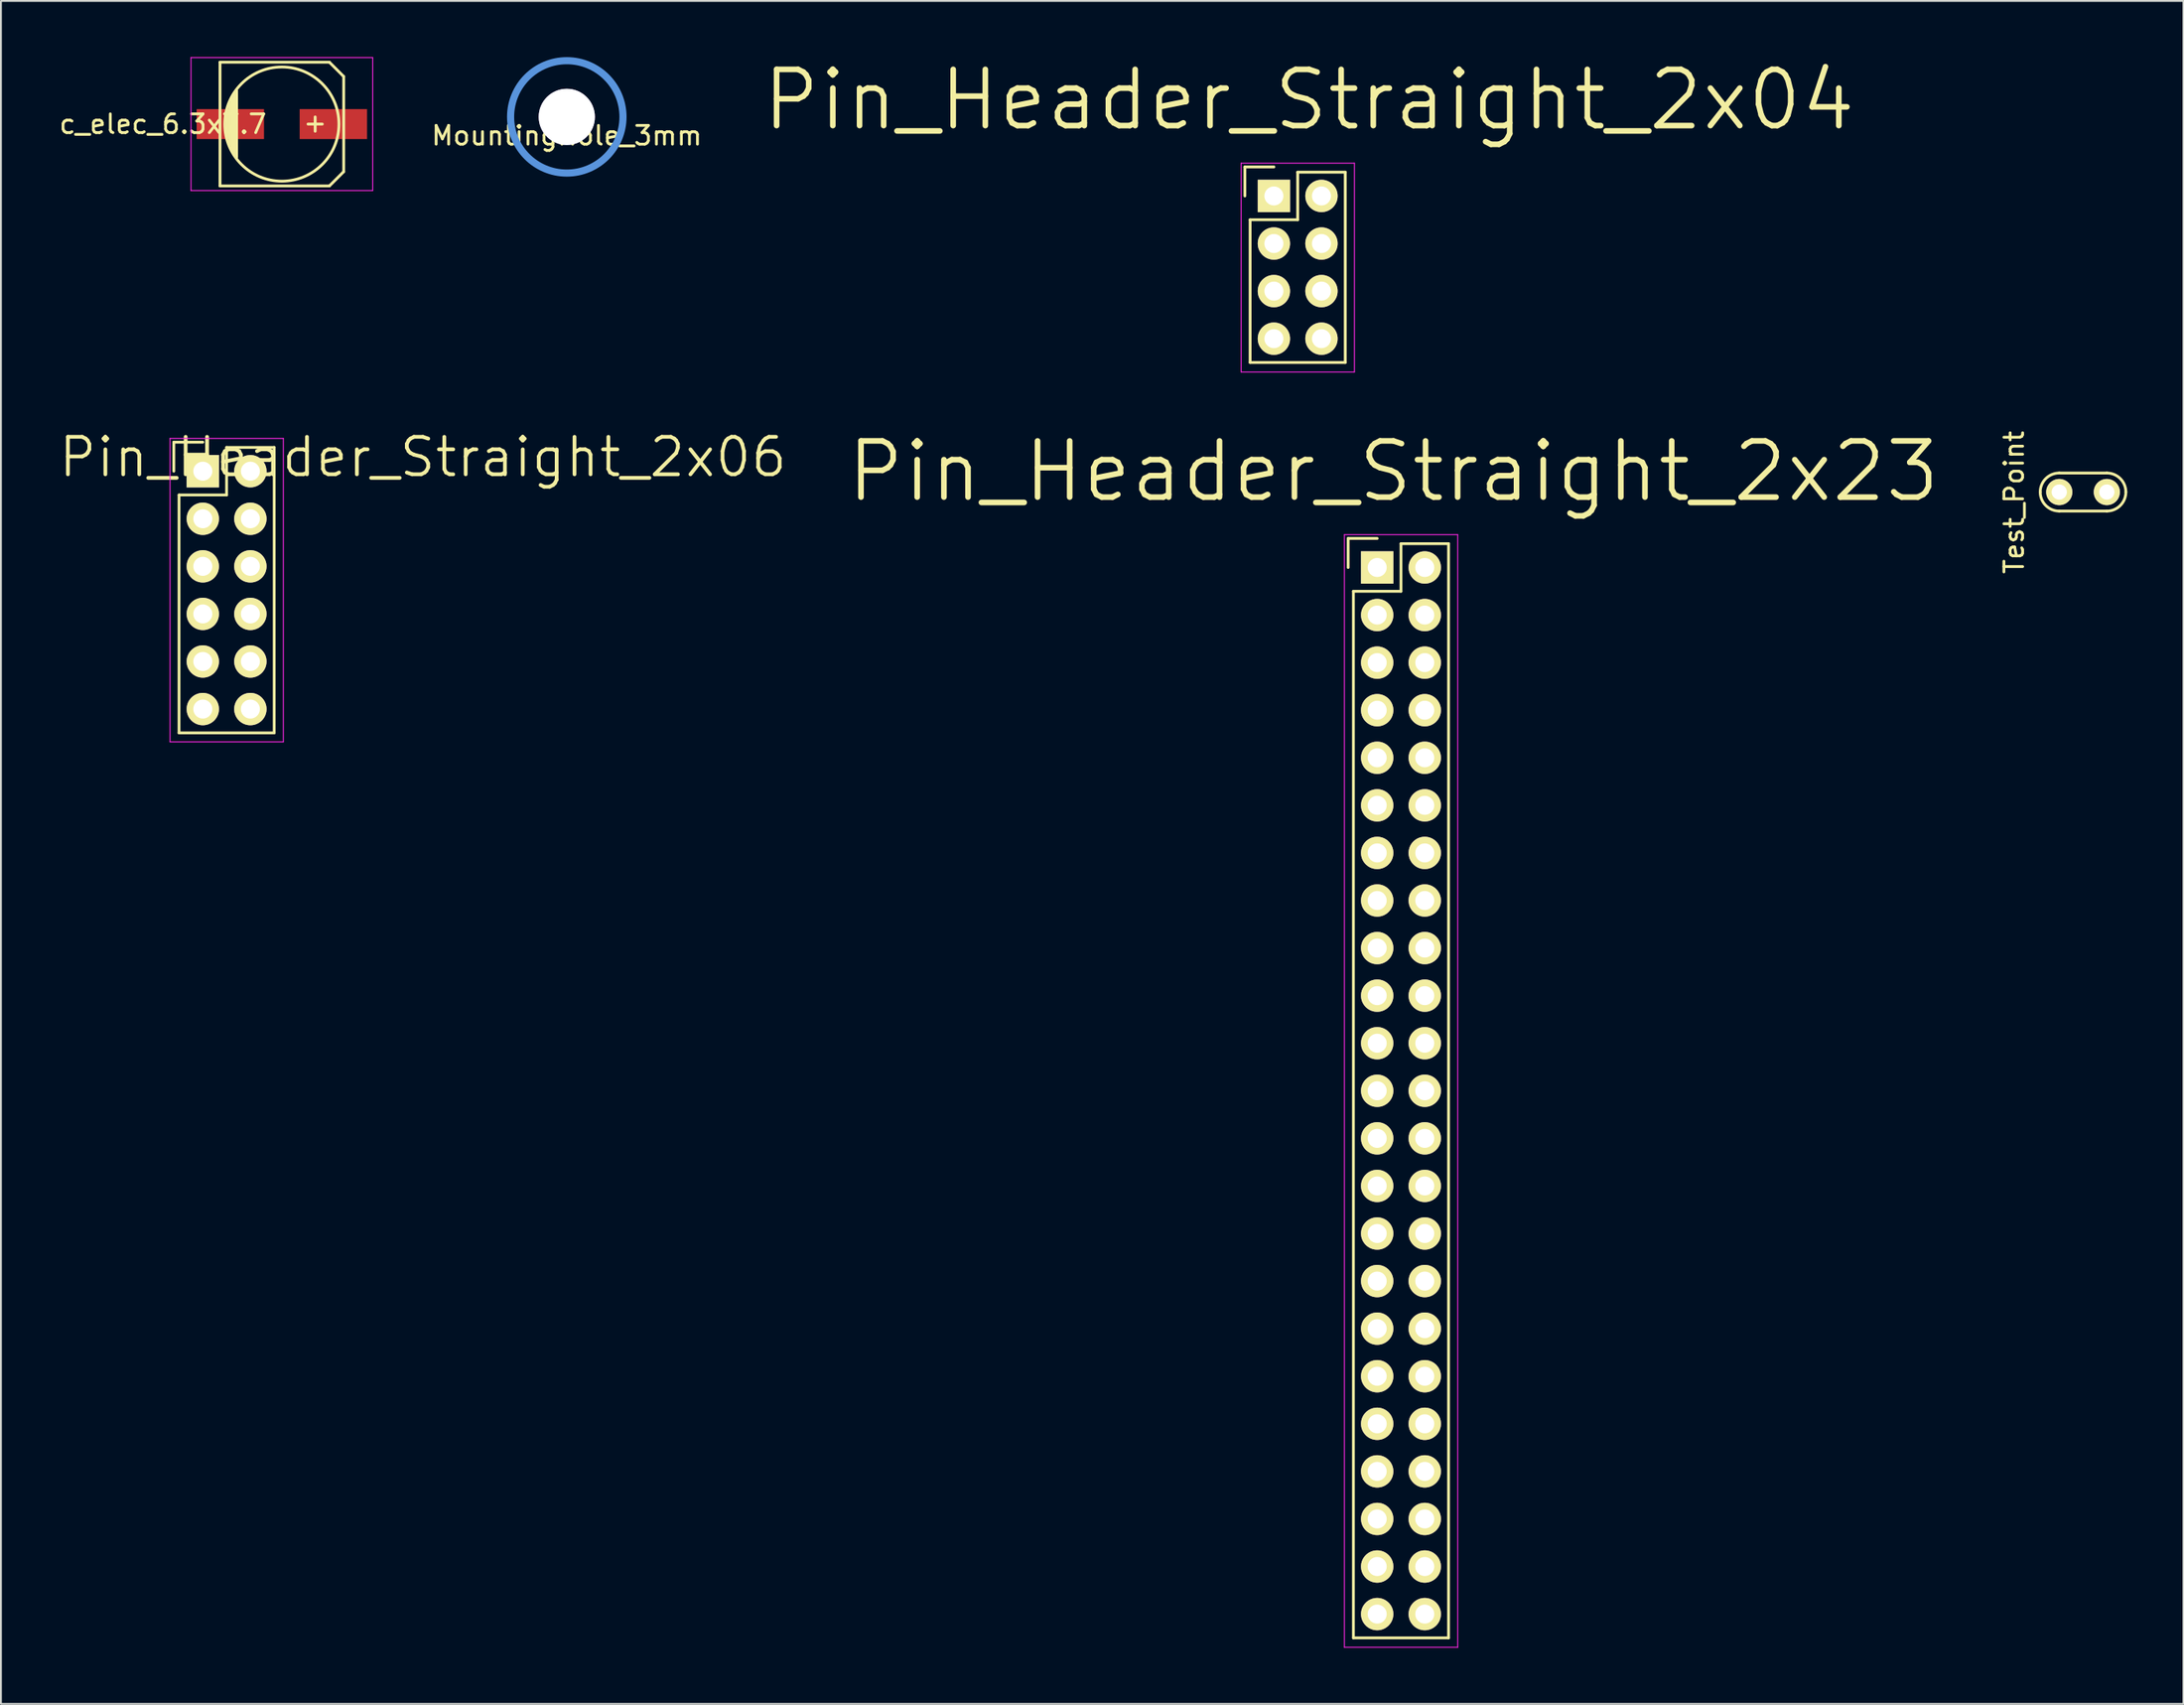
<source format=kicad_pcb>
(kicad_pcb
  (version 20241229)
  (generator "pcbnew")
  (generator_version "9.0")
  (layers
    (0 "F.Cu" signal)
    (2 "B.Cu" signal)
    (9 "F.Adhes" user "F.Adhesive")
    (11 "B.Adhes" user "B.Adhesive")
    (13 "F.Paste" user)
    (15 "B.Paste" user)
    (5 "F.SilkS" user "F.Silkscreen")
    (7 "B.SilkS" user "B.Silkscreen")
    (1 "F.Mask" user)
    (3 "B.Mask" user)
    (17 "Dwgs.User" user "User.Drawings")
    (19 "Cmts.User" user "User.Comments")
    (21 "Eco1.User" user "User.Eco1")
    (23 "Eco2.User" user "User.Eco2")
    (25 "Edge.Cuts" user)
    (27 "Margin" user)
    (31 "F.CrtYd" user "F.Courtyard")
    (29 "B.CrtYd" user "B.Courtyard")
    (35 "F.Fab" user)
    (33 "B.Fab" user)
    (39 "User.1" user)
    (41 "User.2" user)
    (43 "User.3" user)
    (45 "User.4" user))
  (footprint "Pin_Header_Straight_2x06"
    (layer "F.Cu")
    (at 7.779 22.108)
    (property "Reference" "Pin_Header_Straight_2x06" (at 11.75 -0.75 0) (layer "F.SilkS") (effects (font (size 2 2) (thickness 0.2))))
    (attr through_hole)
    (fp_line (start -1.55 -1.55) (end -1.55 0) (stroke (width 0.15) (type solid)) (layer "F.SilkS"))
    (fp_line (start -1.27 1.27) (end -1.27 13.97) (stroke (width 0.15) (type solid)) (layer "F.SilkS"))
    (fp_line (start 0 -1.55) (end -1.55 -1.55) (stroke (width 0.15) (type solid)) (layer "F.SilkS"))
    (fp_line (start 1.27 -1.27) (end 1.27 1.27) (stroke (width 0.15) (type solid)) (layer "F.SilkS"))
    (fp_line (start 1.27 1.27) (end -1.27 1.27) (stroke (width 0.15) (type solid)) (layer "F.SilkS"))
    (fp_line (start 3.81 -1.27) (end 1.27 -1.27) (stroke (width 0.15) (type solid)) (layer "F.SilkS"))
    (fp_line (start 3.81 13.97) (end -1.27 13.97) (stroke (width 0.15) (type solid)) (layer "F.SilkS"))
    (fp_line (start 3.81 13.97) (end 3.81 -1.27) (stroke (width 0.15) (type solid)) (layer "F.SilkS"))
    (fp_line (start -1.75 -1.75) (end -1.75 14.45) (stroke (width 0.05) (type solid)) (layer "F.CrtYd"))
    (fp_line (start -1.75 -1.75) (end 4.3 -1.75) (stroke (width 0.05) (type solid)) (layer "F.CrtYd"))
    (fp_line (start -1.75 14.45) (end 4.3 14.45) (stroke (width 0.05) (type solid)) (layer "F.CrtYd"))
    (fp_line (start 4.3 -1.75) (end 4.3 14.45) (stroke (width 0.05) (type solid)) (layer "F.CrtYd"))
    (pad "1" thru_hole rect (at 0 0) (size 1.727 1.727) (drill 1.016) (layers "*.Cu" "*.Mask" "F.SilkS"))
    (pad "2" thru_hole oval (at 2.54 0) (size 1.727 1.727) (drill 1.016) (layers "*.Cu" "*.Mask" "F.SilkS"))
    (pad "3" thru_hole oval (at 0 2.54) (size 1.727 1.727) (drill 1.016) (layers "*.Cu" "*.Mask" "F.SilkS"))
    (pad "4" thru_hole oval (at 2.54 2.54) (size 1.727 1.727) (drill 1.016) (layers "*.Cu" "*.Mask" "F.SilkS"))
    (pad "5" thru_hole oval (at 0 5.08) (size 1.727 1.727) (drill 1.016) (layers "*.Cu" "*.Mask" "F.SilkS"))
    (pad "6" thru_hole oval (at 2.54 5.08) (size 1.727 1.727) (drill 1.016) (layers "*.Cu" "*.Mask" "F.SilkS"))
    (pad "7" thru_hole oval (at 0 7.62) (size 1.727 1.727) (drill 1.016) (layers "*.Cu" "*.Mask" "F.SilkS"))
    (pad "8" thru_hole oval (at 2.54 7.62) (size 1.727 1.727) (drill 1.016) (layers "*.Cu" "*.Mask" "F.SilkS"))
    (pad "9" thru_hole oval (at 0 10.16) (size 1.727 1.727) (drill 1.016) (layers "*.Cu" "*.Mask" "F.SilkS"))
    (pad "10" thru_hole oval (at 2.54 10.16) (size 1.727 1.727) (drill 1.016) (layers "*.Cu" "*.Mask" "F.SilkS"))
    (pad "11" thru_hole oval (at 0 12.7) (size 1.727 1.727) (drill 1.016) (layers "*.Cu" "*.Mask" "F.SilkS"))
    (pad "12" thru_hole oval (at 2.54 12.7) (size 1.727 1.727) (drill 1.016) (layers "*.Cu" "*.Mask" "F.SilkS")))
  (footprint "Pin_Header_Straight_2x04"
    (layer "F.Cu")
    (at 64.968 7.412)
    (property "Reference" "Pin_Header_Straight_2x04" (at 1.877 -5.13 0) (layer "F.SilkS") (effects (font (size 3 3) (thickness 0.3))))
    (attr through_hole)
    (fp_line (start -1.55 -1.55) (end -1.55 0) (stroke (width 0.15) (type solid)) (layer "F.SilkS"))
    (fp_line (start -1.27 1.27) (end -1.27 8.89) (stroke (width 0.15) (type solid)) (layer "F.SilkS"))
    (fp_line (start -1.27 8.89) (end 3.81 8.89) (stroke (width 0.15) (type solid)) (layer "F.SilkS"))
    (fp_line (start 0 -1.55) (end -1.55 -1.55) (stroke (width 0.15) (type solid)) (layer "F.SilkS"))
    (fp_line (start 1.27 -1.27) (end 1.27 1.27) (stroke (width 0.15) (type solid)) (layer "F.SilkS"))
    (fp_line (start 1.27 1.27) (end -1.27 1.27) (stroke (width 0.15) (type solid)) (layer "F.SilkS"))
    (fp_line (start 3.81 -1.27) (end 1.27 -1.27) (stroke (width 0.15) (type solid)) (layer "F.SilkS"))
    (fp_line (start 3.81 8.89) (end 3.81 -1.27) (stroke (width 0.15) (type solid)) (layer "F.SilkS"))
    (fp_line (start -1.75 -1.75) (end -1.75 9.4) (stroke (width 0.05) (type solid)) (layer "F.CrtYd"))
    (fp_line (start -1.75 -1.75) (end 4.3 -1.75) (stroke (width 0.05) (type solid)) (layer "F.CrtYd"))
    (fp_line (start -1.75 9.4) (end 4.3 9.4) (stroke (width 0.05) (type solid)) (layer "F.CrtYd"))
    (fp_line (start 4.3 -1.75) (end 4.3 9.4) (stroke (width 0.05) (type solid)) (layer "F.CrtYd"))
    (pad "1" thru_hole rect (at 0 0) (size 1.727 1.727) (drill 1.016) (layers "*.Cu" "*.Mask" "F.SilkS"))
    (pad "2" thru_hole oval (at 2.54 0) (size 1.727 1.727) (drill 1.016) (layers "*.Cu" "*.Mask" "F.SilkS"))
    (pad "3" thru_hole oval (at 0 2.54) (size 1.727 1.727) (drill 1.016) (layers "*.Cu" "*.Mask" "F.SilkS"))
    (pad "4" thru_hole oval (at 2.54 2.54) (size 1.727 1.727) (drill 1.016) (layers "*.Cu" "*.Mask" "F.SilkS"))
    (pad "5" thru_hole oval (at 0 5.08) (size 1.727 1.727) (drill 1.016) (layers "*.Cu" "*.Mask" "F.SilkS"))
    (pad "6" thru_hole oval (at 2.54 5.08) (size 1.727 1.727) (drill 1.016) (layers "*.Cu" "*.Mask" "F.SilkS"))
    (pad "7" thru_hole oval (at 0 7.62) (size 1.727 1.727) (drill 1.016) (layers "*.Cu" "*.Mask" "F.SilkS"))
    (pad "8" thru_hole oval (at 2.54 7.62) (size 1.727 1.727) (drill 1.016) (layers "*.Cu" "*.Mask" "F.SilkS")))
  (footprint "MountingHole_3mm"
    (layer "F.Cu")
    (at 27.213 3.191)
    (property "Reference" "MountingHole_3mm" (at 0 1 0) (layer "F.SilkS") (effects (font (size 1 1) (thickness 0.15))))
    (attr through_hole)
    (fp_circle (center 0 0) (end 3 0) (stroke (width 0.381) (type solid)) (fill no) (layer "Cmts.User"))
    (pad "" thru_hole circle (at 0 0) (size 3 3) (drill 3) (layers)))
  (footprint "Pin_Header_Straight_2x23"
    (layer "F.Cu")
    (at 70.483 27.248)
    (property "Reference" "Pin_Header_Straight_2x23" (at 0.867 -5.13 0) (layer "F.SilkS") (effects (font (size 3 3) (thickness 0.3))))
    (attr through_hole)
    (fp_line (start -1.55 -1.55) (end -1.55 0) (stroke (width 0.15) (type solid)) (layer "F.SilkS"))
    (fp_line (start -1.27 57.15) (end -1.27 1.27) (stroke (width 0.15) (type solid)) (layer "F.SilkS"))
    (fp_line (start 0 -1.55) (end -1.55 -1.55) (stroke (width 0.15) (type solid)) (layer "F.SilkS"))
    (fp_line (start 1.27 -1.27) (end 1.27 1.27) (stroke (width 0.15) (type solid)) (layer "F.SilkS"))
    (fp_line (start 1.27 1.27) (end -1.27 1.27) (stroke (width 0.15) (type solid)) (layer "F.SilkS"))
    (fp_line (start 3.81 -1.27) (end 1.27 -1.27) (stroke (width 0.15) (type solid)) (layer "F.SilkS"))
    (fp_line (start 3.81 57.15) (end -1.27 57.15) (stroke (width 0.15) (type solid)) (layer "F.SilkS"))
    (fp_line (start 3.81 57.15) (end 3.81 -1.27) (stroke (width 0.15) (type solid)) (layer "F.SilkS"))
    (fp_line (start -1.75 -1.75) (end -1.75 57.65) (stroke (width 0.05) (type solid)) (layer "F.CrtYd"))
    (fp_line (start -1.75 -1.75) (end 4.3 -1.75) (stroke (width 0.05) (type solid)) (layer "F.CrtYd"))
    (fp_line (start -1.75 57.65) (end 4.3 57.65) (stroke (width 0.05) (type solid)) (layer "F.CrtYd"))
    (fp_line (start 4.3 -1.75) (end 4.3 57.65) (stroke (width 0.05) (type solid)) (layer "F.CrtYd"))
    (pad "1" thru_hole rect (at 0 0) (size 1.727 1.727) (drill 1.016) (layers "*.Cu" "*.Mask" "F.SilkS"))
    (pad "2" thru_hole oval (at 2.54 0) (size 1.727 1.727) (drill 1.016) (layers "*.Cu" "*.Mask" "F.SilkS"))
    (pad "3" thru_hole oval (at 0 2.54) (size 1.727 1.727) (drill 1.016) (layers "*.Cu" "*.Mask" "F.SilkS"))
    (pad "4" thru_hole oval (at 2.54 2.54) (size 1.727 1.727) (drill 1.016) (layers "*.Cu" "*.Mask" "F.SilkS"))
    (pad "5" thru_hole oval (at 0 5.08) (size 1.727 1.727) (drill 1.016) (layers "*.Cu" "*.Mask" "F.SilkS"))
    (pad "6" thru_hole oval (at 2.54 5.08) (size 1.727 1.727) (drill 1.016) (layers "*.Cu" "*.Mask" "F.SilkS"))
    (pad "7" thru_hole oval (at 0 7.62) (size 1.727 1.727) (drill 1.016) (layers "*.Cu" "*.Mask" "F.SilkS"))
    (pad "8" thru_hole oval (at 2.54 7.62) (size 1.727 1.727) (drill 1.016) (layers "*.Cu" "*.Mask" "F.SilkS"))
    (pad "9" thru_hole oval (at 0 10.16) (size 1.727 1.727) (drill 1.016) (layers "*.Cu" "*.Mask" "F.SilkS"))
    (pad "10" thru_hole oval (at 2.54 10.16) (size 1.727 1.727) (drill 1.016) (layers "*.Cu" "*.Mask" "F.SilkS"))
    (pad "11" thru_hole oval (at 0 12.7) (size 1.727 1.727) (drill 1.016) (layers "*.Cu" "*.Mask" "F.SilkS"))
    (pad "12" thru_hole oval (at 2.54 12.7) (size 1.727 1.727) (drill 1.016) (layers "*.Cu" "*.Mask" "F.SilkS"))
    (pad "13" thru_hole oval (at 0 15.24) (size 1.727 1.727) (drill 1.016) (layers "*.Cu" "*.Mask" "F.SilkS"))
    (pad "14" thru_hole oval (at 2.54 15.24) (size 1.727 1.727) (drill 1.016) (layers "*.Cu" "*.Mask" "F.SilkS"))
    (pad "15" thru_hole oval (at 0 17.78) (size 1.727 1.727) (drill 1.016) (layers "*.Cu" "*.Mask" "F.SilkS"))
    (pad "16" thru_hole oval (at 2.54 17.78) (size 1.727 1.727) (drill 1.016) (layers "*.Cu" "*.Mask" "F.SilkS"))
    (pad "17" thru_hole oval (at 0 20.32) (size 1.727 1.727) (drill 1.016) (layers "*.Cu" "*.Mask" "F.SilkS"))
    (pad "18" thru_hole oval (at 2.54 20.32) (size 1.727 1.727) (drill 1.016) (layers "*.Cu" "*.Mask" "F.SilkS"))
    (pad "19" thru_hole oval (at 0 22.86) (size 1.727 1.727) (drill 1.016) (layers "*.Cu" "*.Mask" "F.SilkS"))
    (pad "20" thru_hole oval (at 2.54 22.86) (size 1.727 1.727) (drill 1.016) (layers "*.Cu" "*.Mask" "F.SilkS"))
    (pad "21" thru_hole oval (at 0 25.4) (size 1.727 1.727) (drill 1.016) (layers "*.Cu" "*.Mask" "F.SilkS"))
    (pad "22" thru_hole oval (at 2.54 25.4) (size 1.727 1.727) (drill 1.016) (layers "*.Cu" "*.Mask" "F.SilkS"))
    (pad "23" thru_hole oval (at 0 27.94) (size 1.727 1.727) (drill 1.016) (layers "*.Cu" "*.Mask" "F.SilkS"))
    (pad "24" thru_hole oval (at 2.54 27.94) (size 1.727 1.727) (drill 1.016) (layers "*.Cu" "*.Mask" "F.SilkS"))
    (pad "25" thru_hole oval (at 0 30.48) (size 1.727 1.727) (drill 1.016) (layers "*.Cu" "*.Mask" "F.SilkS"))
    (pad "26" thru_hole oval (at 2.54 30.48) (size 1.727 1.727) (drill 1.016) (layers "*.Cu" "*.Mask" "F.SilkS"))
    (pad "27" thru_hole oval (at 0 33.02) (size 1.727 1.727) (drill 1.016) (layers "*.Cu" "*.Mask" "F.SilkS"))
    (pad "28" thru_hole oval (at 2.54 33.02) (size 1.727 1.727) (drill 1.016) (layers "*.Cu" "*.Mask" "F.SilkS"))
    (pad "29" thru_hole oval (at 0 35.56) (size 1.727 1.727) (drill 1.016) (layers "*.Cu" "*.Mask" "F.SilkS"))
    (pad "30" thru_hole oval (at 2.54 35.56) (size 1.727 1.727) (drill 1.016) (layers "*.Cu" "*.Mask" "F.SilkS"))
    (pad "31" thru_hole oval (at 0 38.1) (size 1.727 1.727) (drill 1.016) (layers "*.Cu" "*.Mask" "F.SilkS"))
    (pad "32" thru_hole oval (at 2.54 38.1) (size 1.727 1.727) (drill 1.016) (layers "*.Cu" "*.Mask" "F.SilkS"))
    (pad "33" thru_hole oval (at 0 40.64) (size 1.727 1.727) (drill 1.016) (layers "*.Cu" "*.Mask" "F.SilkS"))
    (pad "34" thru_hole oval (at 2.54 40.64) (size 1.727 1.727) (drill 1.016) (layers "*.Cu" "*.Mask" "F.SilkS"))
    (pad "35" thru_hole oval (at 0 43.18) (size 1.727 1.727) (drill 1.016) (layers "*.Cu" "*.Mask" "F.SilkS"))
    (pad "36" thru_hole oval (at 2.54 43.18) (size 1.727 1.727) (drill 1.016) (layers "*.Cu" "*.Mask" "F.SilkS"))
    (pad "37" thru_hole oval (at 0 45.72) (size 1.727 1.727) (drill 1.016) (layers "*.Cu" "*.Mask" "F.SilkS"))
    (pad "38" thru_hole oval (at 2.54 45.72) (size 1.727 1.727) (drill 1.016) (layers "*.Cu" "*.Mask" "F.SilkS"))
    (pad "39" thru_hole oval (at 0 48.26) (size 1.727 1.727) (drill 1.016) (layers "*.Cu" "*.Mask" "F.SilkS"))
    (pad "40" thru_hole oval (at 2.54 48.26) (size 1.727 1.727) (drill 1.016) (layers "*.Cu" "*.Mask" "F.SilkS"))
    (pad "41" thru_hole oval (at 0 50.8) (size 1.727 1.727) (drill 1.016) (layers "*.Cu" "*.Mask" "F.SilkS"))
    (pad "42" thru_hole oval (at 2.54 50.8) (size 1.727 1.727) (drill 1.016) (layers "*.Cu" "*.Mask" "F.SilkS"))
    (pad "43" thru_hole oval (at 0 53.34) (size 1.727 1.727) (drill 1.016) (layers "*.Cu" "*.Mask" "F.SilkS"))
    (pad "44" thru_hole oval (at 2.54 53.34) (size 1.727 1.727) (drill 1.016) (layers "*.Cu" "*.Mask" "F.SilkS"))
    (pad "45" thru_hole oval (at 0 55.88) (size 1.727 1.727) (drill 1.016) (layers "*.Cu" "*.Mask" "F.SilkS"))
    (pad "46" thru_hole oval (at 2.54 55.88) (size 1.727 1.727) (drill 1.016) (layers "*.Cu" "*.Mask" "F.SilkS")))
  (footprint "c_elec_6.3x7.7"
    (layer "F.Cu")
    (at 11.999 3.575)
    (property "Reference" "c_elec_6.3x7.7" (at -6.35 0 0) (layer "F.SilkS") (effects (font (size 1 1) (thickness 0.15))))
    (attr smd)
    (fp_line (start -3.302 -3.302) (end -3.302 3.302) (stroke (width 0.15) (type solid)) (layer "F.SilkS"))
    (fp_line (start -3.302 3.302) (end 2.54 3.302) (stroke (width 0.15) (type solid)) (layer "F.SilkS"))
    (fp_line (start -2.921 -0.762) (end -2.921 0.762) (stroke (width 0.15) (type solid)) (layer "F.SilkS"))
    (fp_line (start -2.794 1.143) (end -2.794 -1.143) (stroke (width 0.15) (type solid)) (layer "F.SilkS"))
    (fp_line (start -2.667 -1.397) (end -2.667 1.397) (stroke (width 0.15) (type solid)) (layer "F.SilkS"))
    (fp_line (start -2.54 1.651) (end -2.54 -1.651) (stroke (width 0.15) (type solid)) (layer "F.SilkS"))
    (fp_line (start -2.413 -1.778) (end -2.413 1.778) (stroke (width 0.15) (type solid)) (layer "F.SilkS"))
    (fp_line (start 1.778 -0.381) (end 1.778 0.381) (stroke (width 0.15) (type solid)) (layer "F.SilkS"))
    (fp_line (start 2.159 0) (end 1.397 0) (stroke (width 0.15) (type solid)) (layer "F.SilkS"))
    (fp_line (start 2.54 -3.302) (end -3.302 -3.302) (stroke (width 0.15) (type solid)) (layer "F.SilkS"))
    (fp_line (start 2.54 3.302) (end 3.302 2.54) (stroke (width 0.15) (type solid)) (layer "F.SilkS"))
    (fp_line (start 3.302 -2.54) (end 2.54 -3.302) (stroke (width 0.15) (type solid)) (layer "F.SilkS"))
    (fp_line (start 3.302 2.54) (end 3.302 -2.54) (stroke (width 0.15) (type solid)) (layer "F.SilkS"))
    (fp_circle (center 0 0) (end -3.048 0) (stroke (width 0.15) (type solid)) (fill no) (layer "F.SilkS"))
    (fp_line (start -4.85 -3.55) (end 4.85 -3.55) (stroke (width 0.05) (type solid)) (layer "F.CrtYd"))
    (fp_line (start -4.85 3.55) (end -4.85 -3.55) (stroke (width 0.05) (type solid)) (layer "F.CrtYd"))
    (fp_line (start 4.85 -3.55) (end 4.85 3.55) (stroke (width 0.05) (type solid)) (layer "F.CrtYd"))
    (fp_line (start 4.85 3.55) (end -4.85 3.55) (stroke (width 0.05) (type solid)) (layer "F.CrtYd"))
    (pad "1" smd rect (at 2.751 0) (size 3.599 1.6) (layers "F.Cu" "F.Mask" "F.Paste"))
    (pad "2" smd rect (at -2.751 0) (size 3.599 1.6) (layers "F.Cu" "F.Mask" "F.Paste")))
  (footprint "Test_Point"
    (layer "F.Cu")
    (at 108.171 23.221)
    (property "Reference" "Test_Point" (at -3.68 0.55 90) (layer "F.SilkS") (effects (font (size 1 1) (thickness 0.15))))
    (attr through_hole)
    (fp_line (start 1.27 -1.016) (end -1.27 -1.016) (stroke (width 0.15) (type solid)) (layer "F.SilkS"))
    (fp_line (start 1.27 1.016) (end -1.27 1.016) (stroke (width 0.15) (type solid)) (layer "F.SilkS"))
    (fp_arc (start -2.286 0) (mid -1.98842 -0.71842) (end -1.27 -1.016) (stroke (width 0.15) (type solid)) (layer "F.SilkS"))
    (fp_arc (start -1.27 1.016) (mid -1.98842 0.71842) (end -2.286 0) (stroke (width 0.15) (type solid)) (layer "F.SilkS"))
    (fp_arc (start 1.27 -1.016) (mid 1.98842 -0.71842) (end 2.286 0) (stroke (width 0.15) (type solid)) (layer "F.SilkS"))
    (fp_arc (start 2.286 0) (mid 1.98842 0.71842) (end 1.27 1.016) (stroke (width 0.15) (type solid)) (layer "F.SilkS"))
    (pad "1" thru_hole circle (at -1.27 0) (size 1.397 1.397) (drill 0.813) (layers "*.Cu" "*.Mask" "F.SilkS"))
    (pad "1" thru_hole circle (at 1.27 0) (size 1.397 1.397) (drill 0.813) (layers "*.Cu" "*.Mask" "F.SilkS")))
  (gr_rect
    (start -3 -3)
    (end 113.532 87.923)
    (stroke (width 0.1) (type default))
    (fill no)
    (layer "Edge.Cuts")))
</source>
